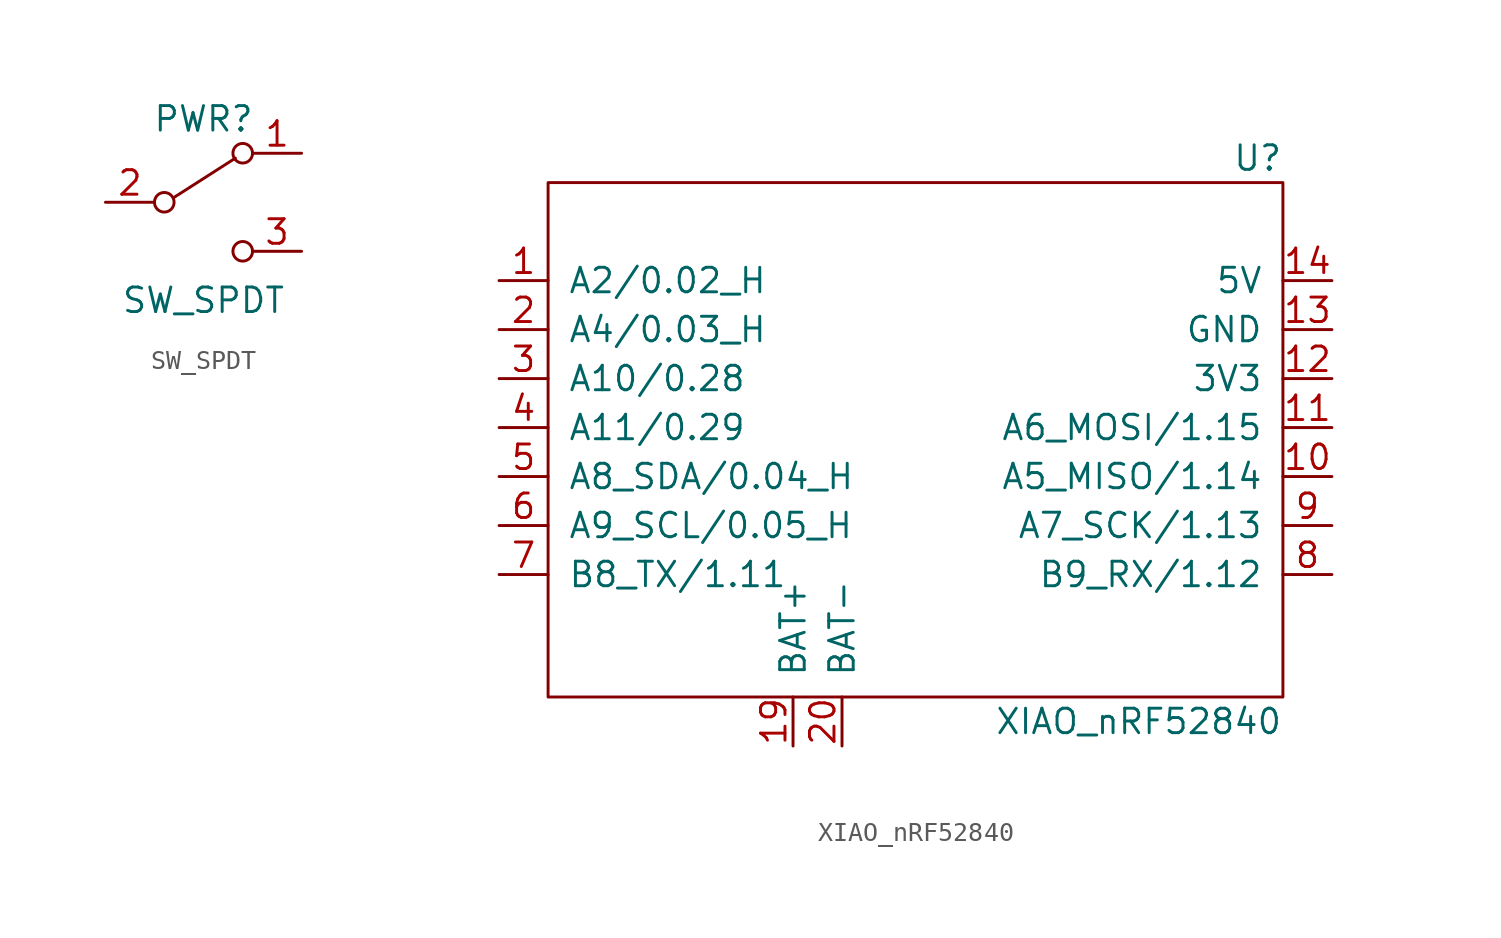
<source format=kicad_sym>
(kicad_symbol_lib
  (version 20231120)
  (generator "kicad_symbol_editor")
  (generator_version "8.0")
  (symbol "SW_SPDT"
    (pin_names
      (offset 0) hide)
    (property "Reference" "PWR"
      (at 0 4.318 0)
      (effects (font (size 1.27 1.27))))
    (property "Value" "SW_SPDT"
      (at 0 -5.08 0)
      (effects (font (size 1.27 1.27))))
    (symbol "SW_SPDT_0_0"
      (circle (center -2.032 0) (radius 0.508) (stroke (width 0) (type default)) (fill (type none)))
      (circle (center 2.032 -2.54) (radius 0.508) (stroke (width 0) (type default)) (fill (type none))))
    (symbol "SW_SPDT_0_1"
      (polyline (pts (xy -1.524 0.254) (xy 1.651 2.286)) (stroke (width 0) (type default)) (fill (type none)))
      (circle (center 2.032 2.54) (radius 0.508) (stroke (width 0) (type default)) (fill (type none))))
    (symbol "SW_SPDT_1_1"
      (pin passive line (at 5.08 2.54 180) (length 2.54) (name "A" (effects (font (size 1.27 1.27)))) (number "1" (effects (font (size 1.27 1.27)))))
      (pin passive line (at -5.08 0 0) (length 2.54) (name "B" (effects (font (size 1.27 1.27)))) (number "2" (effects (font (size 1.27 1.27)))))
      (pin passive line (at 5.08 -2.54 180) (length 2.54) (name "C" (effects (font (size 1.27 1.27)))) (number "3" (effects (font (size 1.27 1.27)))))))
  (symbol "XIAO_nRF52840"
    (pin_names
      (offset 1.016))
    (property "Reference" "U"
      (at 19.05 13.97 0)
      (effects (font (size 1.27 1.27)) (justify right)))
    (property "Value" "XIAO_nRF52840"
      (at 19.05 -15.24 0)
      (effects (font (size 1.27 1.27)) (justify right)))
    (symbol "XIAO_nRF52840_0_1"
      (rectangle (start -19.05 12.7) (end 19.05 -13.97) (stroke (width 0) (type default)) (fill (type none))))
    (symbol "XIAO_nRF52840_1_1"
      (pin bidirectional line (at -21.59 7.62 0) (length 2.54) (name "A2/0.02_H" (effects (font (size 1.27 1.27)))) (number "1" (effects (font (size 1.27 1.27)))))
      (pin bidirectional line (at 21.59 -2.54 180) (length 2.54) (name "A5_MISO/1.14" (effects (font (size 1.27 1.27)))) (number "10" (effects (font (size 1.27 1.27)))))
      (pin bidirectional line (at 21.59 0 180) (length 2.54) (name "A6_MOSI/1.15" (effects (font (size 1.27 1.27)))) (number "11" (effects (font (size 1.27 1.27)))))
      (pin power_out line (at 21.59 2.54 180) (length 2.54) (name "3V3" (effects (font (size 1.27 1.27)))) (number "12" (effects (font (size 1.27 1.27)))))
      (pin power_out line (at 21.59 5.08 180) (length 2.54) (name "GND" (effects (font (size 1.27 1.27)))) (number "13" (effects (font (size 1.27 1.27)))))
      (pin power_out line (at 21.59 7.62 180) (length 2.54) (name "5V" (effects (font (size 1.27 1.27)))) (number "14" (effects (font (size 1.27 1.27)))))
      (pin power_in line (at -6.35 -16.51 90) (length 2.54) (name "BAT+" (effects (font (size 1.27 1.27)))) (number "19" (effects (font (size 1.27 1.27)))))
      (pin bidirectional line (at -21.59 5.08 0) (length 2.54) (name "A4/0.03_H" (effects (font (size 1.27 1.27)))) (number "2" (effects (font (size 1.27 1.27)))))
      (pin power_in line (at -3.81 -16.51 90) (length 2.54) (name "BAT-" (effects (font (size 1.27 1.27)))) (number "20" (effects (font (size 1.27 1.27)))))
      (pin bidirectional line (at -21.59 2.54 0) (length 2.54) (name "A10/0.28" (effects (font (size 1.27 1.27)))) (number "3" (effects (font (size 1.27 1.27)))))
      (pin bidirectional line (at -21.59 0 0) (length 2.54) (name "A11/0.29" (effects (font (size 1.27 1.27)))) (number "4" (effects (font (size 1.27 1.27)))))
      (pin bidirectional line (at -21.59 -2.54 0) (length 2.54) (name "A8_SDA/0.04_H" (effects (font (size 1.27 1.27)))) (number "5" (effects (font (size 1.27 1.27)))))
      (pin bidirectional line (at -21.59 -5.08 0) (length 2.54) (name "A9_SCL/0.05_H" (effects (font (size 1.27 1.27)))) (number "6" (effects (font (size 1.27 1.27)))))
      (pin bidirectional line (at -21.59 -7.62 0) (length 2.54) (name "B8_TX/1.11" (effects (font (size 1.27 1.27)))) (number "7" (effects (font (size 1.27 1.27)))))
      (pin bidirectional line (at 21.59 -7.62 180) (length 2.54) (name "B9_RX/1.12" (effects (font (size 1.27 1.27)))) (number "8" (effects (font (size 1.27 1.27)))))
      (pin bidirectional line (at 21.59 -5.08 180) (length 2.54) (name "A7_SCK/1.13" (effects (font (size 1.27 1.27)))) (number "9" (effects (font (size 1.27 1.27))))))))
</source>
